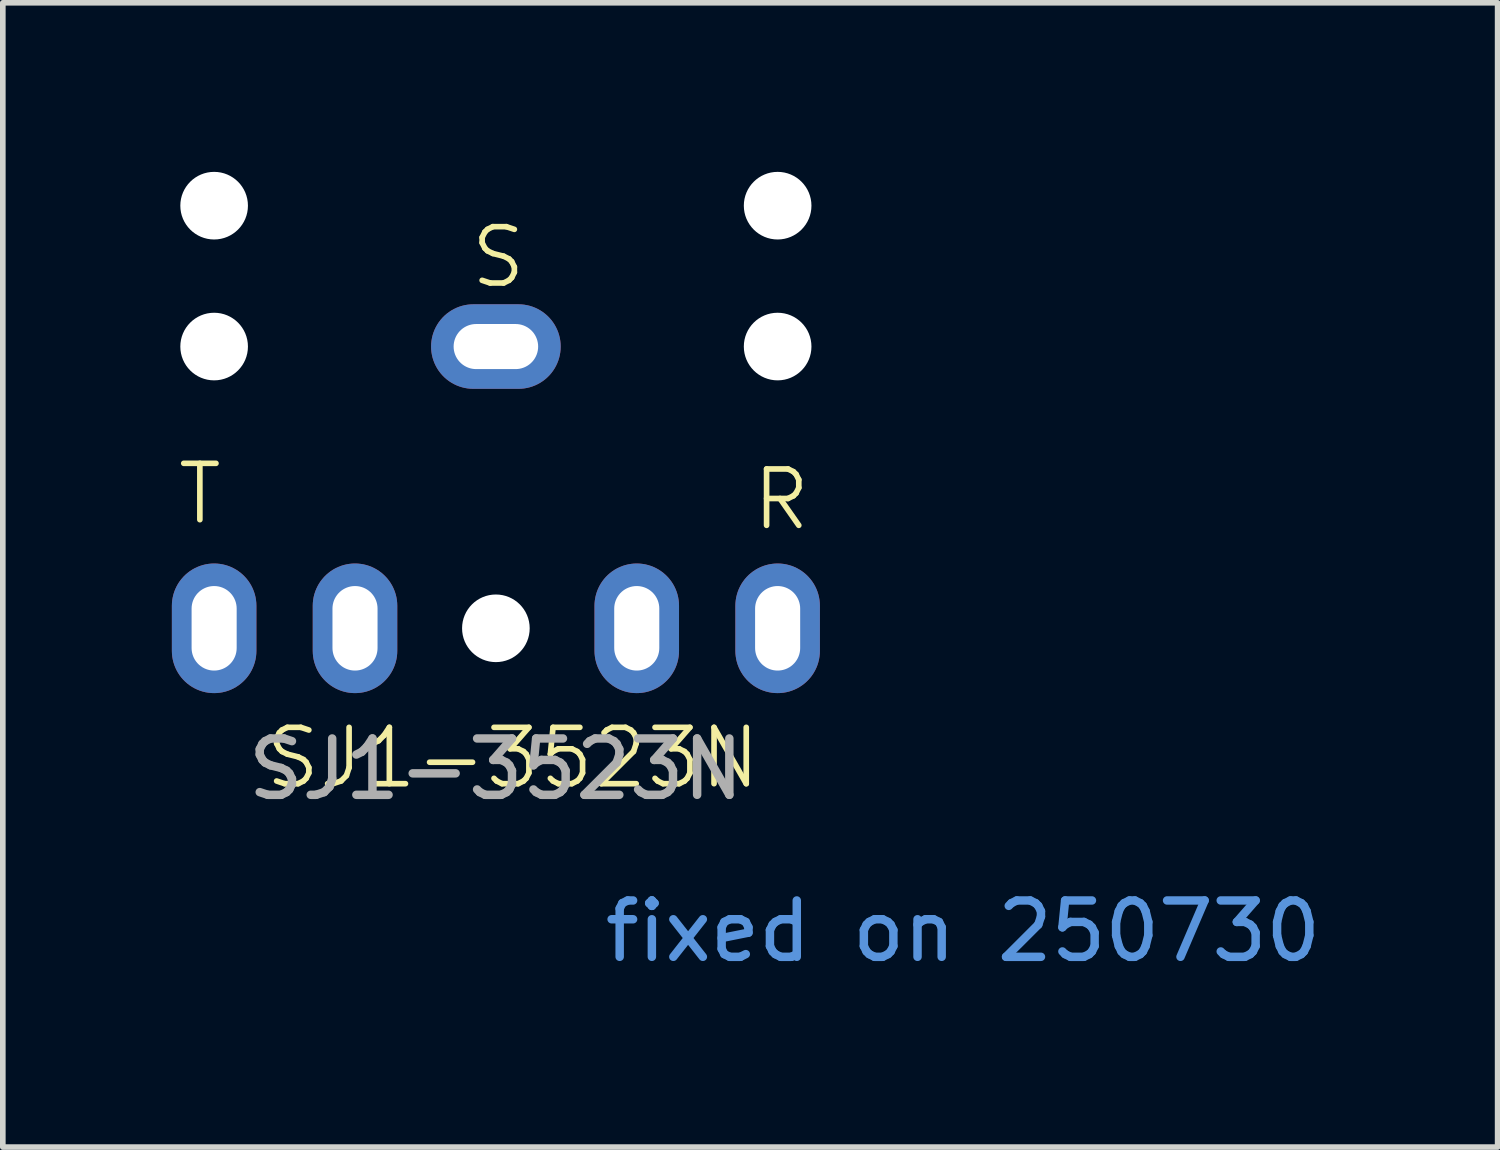
<source format=kicad_pcb>
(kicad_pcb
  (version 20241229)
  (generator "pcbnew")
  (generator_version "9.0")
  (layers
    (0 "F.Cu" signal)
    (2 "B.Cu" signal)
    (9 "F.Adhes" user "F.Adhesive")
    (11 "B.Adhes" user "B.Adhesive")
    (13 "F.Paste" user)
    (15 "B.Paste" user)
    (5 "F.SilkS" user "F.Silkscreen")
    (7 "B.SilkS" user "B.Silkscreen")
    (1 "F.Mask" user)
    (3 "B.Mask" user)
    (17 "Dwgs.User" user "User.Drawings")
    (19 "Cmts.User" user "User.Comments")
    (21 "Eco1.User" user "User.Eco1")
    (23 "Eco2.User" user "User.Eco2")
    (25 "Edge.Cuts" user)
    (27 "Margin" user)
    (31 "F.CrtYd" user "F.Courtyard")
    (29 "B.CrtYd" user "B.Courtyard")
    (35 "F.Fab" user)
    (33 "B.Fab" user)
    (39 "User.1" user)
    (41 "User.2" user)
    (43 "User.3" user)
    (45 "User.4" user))
  (footprint "SJ1-3523N"
    (layer "F.Cu")
    (at 5.75 8.1)
    (property "Reference" "SJ1-3523N" (at 0.3 2.3 0) (unlocked yes) (layer "F.SilkS") (effects (font (size 1 1) (thickness 0.1))))
    (attr smd)
    (fp_text user "T" (at -5.7 -1.8 0) (unlocked yes) (layer "F.SilkS") (effects (font (size 1 1) (thickness 0.1)) (justify left bottom)))
    (fp_text user "S" (at -0.5 -6 0) (unlocked yes) (layer "F.SilkS") (effects (font (size 1 1) (thickness 0.1)) (justify left bottom)))
    (fp_text user "R" (at 4.5 -1.7 0) (unlocked yes) (layer "F.SilkS") (effects (font (size 1 1) (thickness 0.1)) (justify left bottom)))
    (fp_text user "fixed on 250730" (at 1.86 5.96 0) (unlocked yes) (layer "Cmts.User") (effects (font (size 1 1) (thickness 0.15)) (justify left bottom)))
    (fp_text user "${REFERENCE}" (at 0 2.5 0) (unlocked yes) (layer "F.Fab") (effects (font (size 1 1) (thickness 0.15))))
    (pad "" np_thru_hole circle (at -5 -7.5 180) (size 1.2 1.2) (drill 1.2) (layers "*.Cu" "*.Mask"))
    (pad "" np_thru_hole circle (at -5 -5 180) (size 1.2 1.2) (drill 1.2) (layers "*.Cu" "*.Mask"))
    (pad "" np_thru_hole circle (at 0 0 180) (size 1.2 1.2) (drill 1.2) (layers "*.Cu" "*.Mask"))
    (pad "" np_thru_hole circle (at 5 -7.5 180) (size 1.2 1.2) (drill 1.2) (layers "*.Cu" "*.Mask"))
    (pad "" np_thru_hole circle (at 5 -5 180) (size 1.2 1.2) (drill 1.2) (layers "*.Cu" "*.Mask"))
    (pad "10" thru_hole oval (at -2.5 0 270) (size 2.3 1.5) (drill oval 1.5 0.8) (layers "*.Cu" "*.Mask"))
    (pad "11" thru_hole oval (at 2.5 0 270) (size 2.3 1.5) (drill oval 1.5 0.8) (layers "*.Cu" "*.Mask"))
    (pad "R" thru_hole oval (at 5 0 270) (size 2.3 1.5) (drill oval 1.5 0.8) (layers "*.Cu" "*.Mask"))
    (pad "S" thru_hole oval (at 0 -5 180) (size 2.3 1.5) (drill oval 1.5 0.8) (layers "*.Cu" "*.Mask"))
    (pad "T" thru_hole oval (at -5 0 270) (size 2.3 1.5) (drill oval 1.5 0.8) (layers "*.Cu" "*.Mask")))
  (gr_rect
    (start -3 -3)
    (end 23.527 17.306)
    (stroke (width 0.1) (type default))
    (fill no)
    (layer "Edge.Cuts")))
</source>
